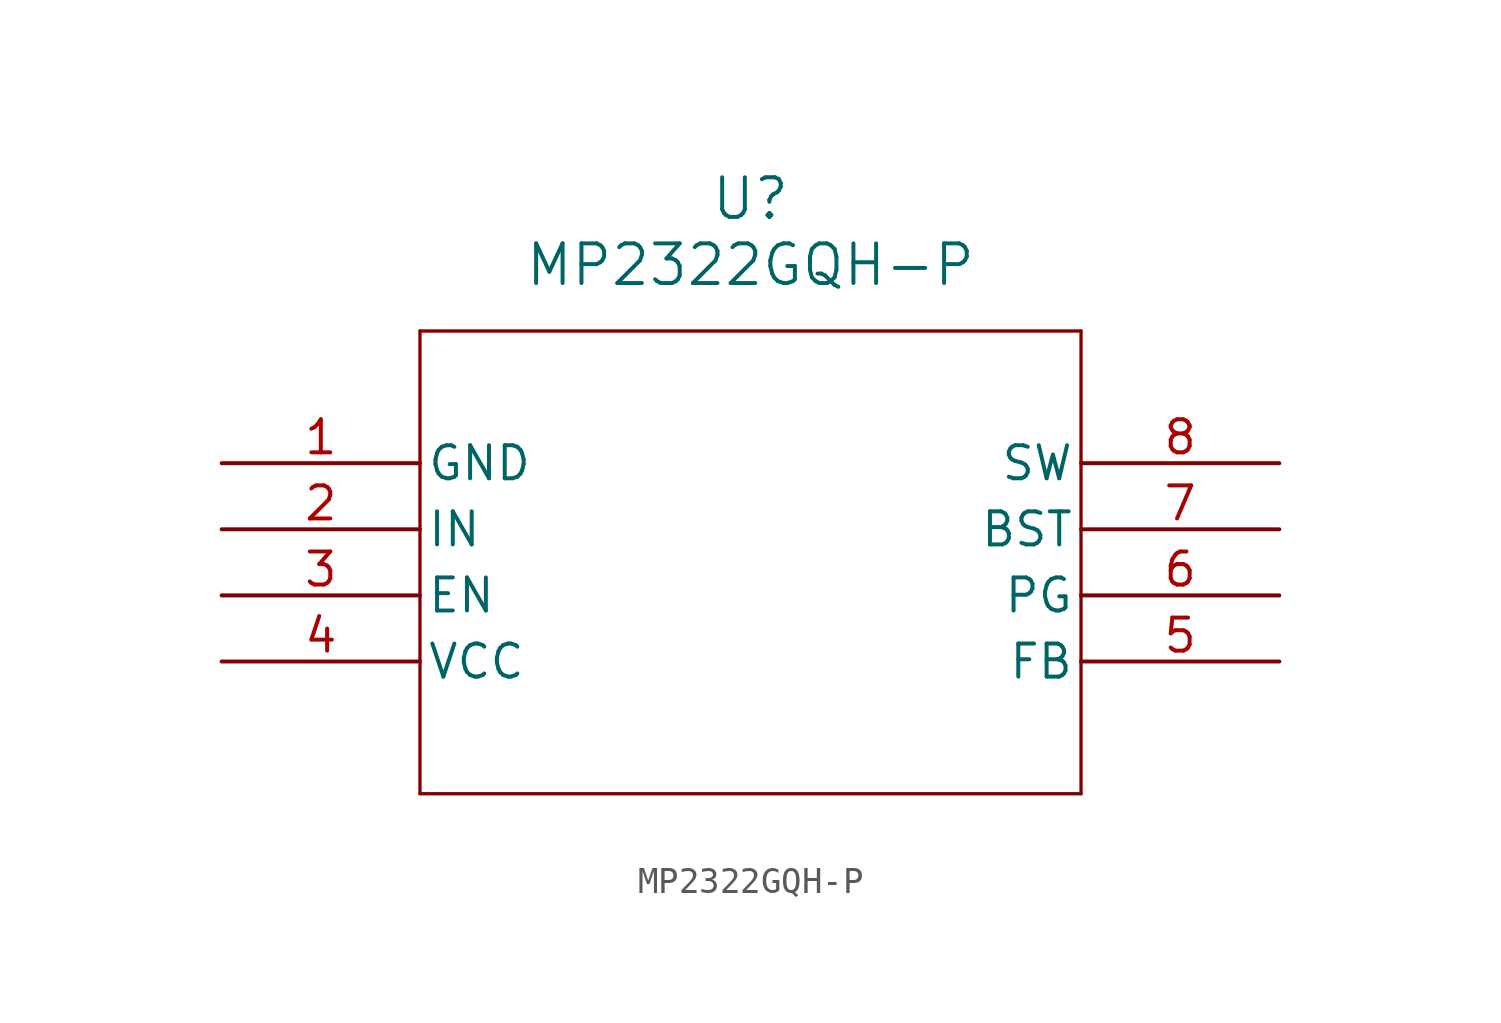
<source format=kicad_sym>
(kicad_symbol_lib
  (version 20241209)
  (generator "kicad_symbol_editor")
  (generator_version "9.0")
  (symbol "MP2322GQH-P"
    (pin_names
      (offset 0.254))
    (property "Reference" "U"
      (at 20.32 10.16 0)
      (effects (font (size 1.524 1.524))))
    (property "Value" "MP2322GQH-P"
      (at 20.32 7.62 0)
      (effects (font (size 1.524 1.524))))
    (property "ki_locked" ""
      (at 0 0 0)
      (effects (font (size 1.27 1.27))))
    (symbol "MP2322GQH-P_0_1"
      (polyline (pts (xy 7.62 5.08) (xy 7.62 -12.7)) (stroke (width 0.127) (type default)) (fill (type none)))
      (polyline (pts (xy 7.62 -12.7) (xy 33.02 -12.7)) (stroke (width 0.127) (type default)) (fill (type none)))
      (polyline (pts (xy 33.02 5.08) (xy 7.62 5.08)) (stroke (width 0.127) (type default)) (fill (type none)))
      (polyline (pts (xy 33.02 -12.7) (xy 33.02 5.08)) (stroke (width 0.127) (type default)) (fill (type none)))
      (pin power_out line (at 0 0 0) (length 7.62) (name "GND" (effects (font (size 1.27 1.27)))) (number "1" (effects (font (size 1.27 1.27)))))
      (pin power_in line (at 0 -2.54 0) (length 7.62) (name "IN" (effects (font (size 1.27 1.27)))) (number "2" (effects (font (size 1.27 1.27)))))
      (pin unspecified line (at 0 -5.08 0) (length 7.62) (name "EN" (effects (font (size 1.27 1.27)))) (number "3" (effects (font (size 1.27 1.27)))))
      (pin output line (at 0 -7.62 0) (length 7.62) (name "VCC" (effects (font (size 1.27 1.27)))) (number "4" (effects (font (size 1.27 1.27)))))
      (pin output line (at 40.64 0 180) (length 7.62) (name "SW" (effects (font (size 1.27 1.27)))) (number "8" (effects (font (size 1.27 1.27)))))
      (pin unspecified line (at 40.64 -2.54 180) (length 7.62) (name "BST" (effects (font (size 1.27 1.27)))) (number "7" (effects (font (size 1.27 1.27)))))
      (pin output line (at 40.64 -5.08 180) (length 7.62) (name "PG" (effects (font (size 1.27 1.27)))) (number "6" (effects (font (size 1.27 1.27)))))
      (pin unspecified line (at 40.64 -7.62 180) (length 7.62) (name "FB" (effects (font (size 1.27 1.27)))) (number "5" (effects (font (size 1.27 1.27))))))))
</source>
